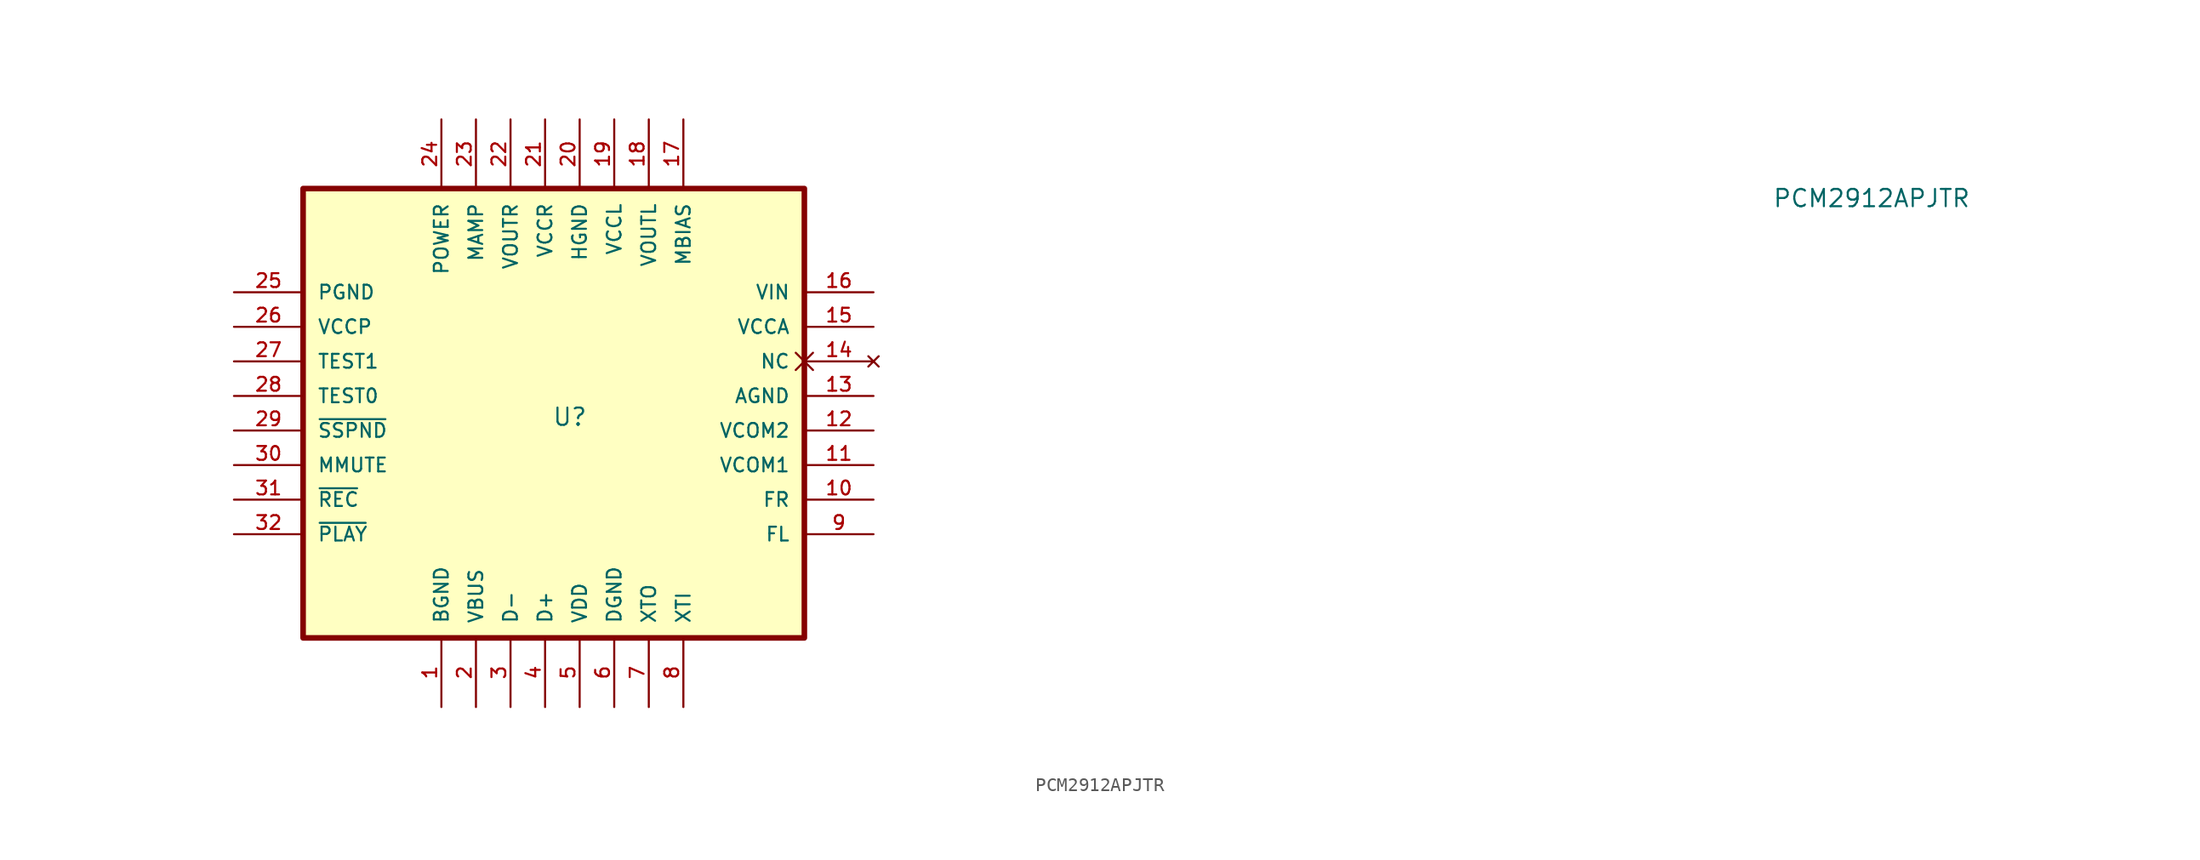
<source format=kicad_sym>
(kicad_symbol_lib
  (version 20241209)
  (generator "kicad_symbol_editor")
  (generator_version "9.0")
  (symbol "PCM2912APJTR"
    (pin_names
      (offset 1.016))
    (property "Reference" "U"
      (at -0.762 0.254 0)
      (effects (font (size 1.27 1.27)) (justify left bottom)))
    (property "Value" "PCM2912APJTR"
      (at 88.9 16.32 0)
      (effects (font (size 1.27 1.27)) (justify left bottom)))
    (symbol "PCM2912APJTR_0_0"
      (rectangle (start -19.05 17.78) (end 17.78 -15.24) (stroke (width 0.41) (type default)) (fill (type background)))
      (pin power_in line (at -24.13 10.16 0) (length 5.08) (name "PGND" (effects (font (size 1.016 1.016)))) (number "25" (effects (font (size 1.016 1.016)))))
      (pin power_in line (at -24.13 7.62 0) (length 5.08) (name "VCCP" (effects (font (size 1.016 1.016)))) (number "26" (effects (font (size 1.016 1.016)))))
      (pin input line (at -24.13 5.08 0) (length 5.08) (name "TEST1" (effects (font (size 1.016 1.016)))) (number "27" (effects (font (size 1.016 1.016)))))
      (pin input line (at -24.13 2.54 0) (length 5.08) (name "TEST0" (effects (font (size 1.016 1.016)))) (number "28" (effects (font (size 1.016 1.016)))))
      (pin output line (at -24.13 0 0) (length 5.08) (name "~{SSPND}" (effects (font (size 1.016 1.016)))) (number "29" (effects (font (size 1.016 1.016)))))
      (pin input line (at -24.13 -2.54 0) (length 5.08) (name "MMUTE" (effects (font (size 1.016 1.016)))) (number "30" (effects (font (size 1.016 1.016)))))
      (pin output line (at -24.13 -5.08 0) (length 5.08) (name "~{REC}" (effects (font (size 1.016 1.016)))) (number "31" (effects (font (size 1.016 1.016)))))
      (pin output line (at -24.13 -7.62 0) (length 5.08) (name "~{PLAY}" (effects (font (size 1.016 1.016)))) (number "32" (effects (font (size 1.016 1.016)))))
      (pin input line (at -8.89 22.86 270) (length 5.08) (name "POWER" (effects (font (size 1.016 1.016)))) (number "24" (effects (font (size 1.016 1.016)))))
      (pin power_in line (at -8.89 -20.32 90) (length 5.08) (name "BGND" (effects (font (size 1.016 1.016)))) (number "1" (effects (font (size 1.016 1.016)))))
      (pin input line (at -6.35 22.86 270) (length 5.08) (name "MAMP" (effects (font (size 1.016 1.016)))) (number "23" (effects (font (size 1.016 1.016)))))
      (pin input line (at -6.35 -20.32 90) (length 5.08) (name "VBUS" (effects (font (size 1.016 1.016)))) (number "2" (effects (font (size 1.016 1.016)))))
      (pin output line (at -3.81 22.86 270) (length 5.08) (name "VOUTR" (effects (font (size 1.016 1.016)))) (number "22" (effects (font (size 1.016 1.016)))))
      (pin bidirectional line (at -3.81 -20.32 90) (length 5.08) (name "D-" (effects (font (size 1.016 1.016)))) (number "3" (effects (font (size 1.016 1.016)))))
      (pin power_in line (at -1.27 22.86 270) (length 5.08) (name "VCCR" (effects (font (size 1.016 1.016)))) (number "21" (effects (font (size 1.016 1.016)))))
      (pin bidirectional line (at -1.27 -20.32 90) (length 5.08) (name "D+" (effects (font (size 1.016 1.016)))) (number "4" (effects (font (size 1.016 1.016)))))
      (pin power_in line (at 1.27 22.86 270) (length 5.08) (name "HGND" (effects (font (size 1.016 1.016)))) (number "20" (effects (font (size 1.016 1.016)))))
      (pin power_in line (at 1.27 -20.32 90) (length 5.08) (name "VDD" (effects (font (size 1.016 1.016)))) (number "5" (effects (font (size 1.016 1.016)))))
      (pin power_in line (at 3.81 22.86 270) (length 5.08) (name "VCCL" (effects (font (size 1.016 1.016)))) (number "19" (effects (font (size 1.016 1.016)))))
      (pin power_in line (at 3.81 -20.32 90) (length 5.08) (name "DGND" (effects (font (size 1.016 1.016)))) (number "6" (effects (font (size 1.016 1.016)))))
      (pin output line (at 6.35 22.86 270) (length 5.08) (name "VOUTL" (effects (font (size 1.016 1.016)))) (number "18" (effects (font (size 1.016 1.016)))))
      (pin output line (at 6.35 -20.32 90) (length 5.08) (name "XTO" (effects (font (size 1.016 1.016)))) (number "7" (effects (font (size 1.016 1.016)))))
      (pin output line (at 8.89 22.86 270) (length 5.08) (name "MBIAS" (effects (font (size 1.016 1.016)))) (number "17" (effects (font (size 1.016 1.016)))))
      (pin input line (at 8.89 -20.32 90) (length 5.08) (name "XTI" (effects (font (size 1.016 1.016)))) (number "8" (effects (font (size 1.016 1.016)))))
      (pin input line (at 22.86 10.16 180) (length 5.08) (name "VIN" (effects (font (size 1.016 1.016)))) (number "16" (effects (font (size 1.016 1.016)))))
      (pin power_in line (at 22.86 7.62 180) (length 5.08) (name "VCCA" (effects (font (size 1.016 1.016)))) (number "15" (effects (font (size 1.016 1.016)))))
      (pin power_in line (at 22.86 2.54 180) (length 5.08) (name "AGND" (effects (font (size 1.016 1.016)))) (number "13" (effects (font (size 1.016 1.016)))))
      (pin power_in line (at 22.86 0 180) (length 5.08) (name "VCOM2" (effects (font (size 1.016 1.016)))) (number "12" (effects (font (size 1.016 1.016)))))
      (pin power_in line (at 22.86 -2.54 180) (length 5.08) (name "VCOM1" (effects (font (size 1.016 1.016)))) (number "11" (effects (font (size 1.016 1.016)))))
      (pin input line (at 22.86 -5.08 180) (length 5.08) (name "FR" (effects (font (size 1.016 1.016)))) (number "10" (effects (font (size 1.016 1.016)))))
      (pin input line (at 22.86 -7.62 180) (length 5.08) (name "FL" (effects (font (size 1.016 1.016)))) (number "9" (effects (font (size 1.016 1.016))))))
    (symbol "PCM2912APJTR_1_0"
      (pin no_connect non_logic (at 22.86 5.08 180) (length 5.08) (name "NC" (effects (font (size 1.016 1.016)))) (number "14" (effects (font (size 1.016 1.016))))))))
</source>
